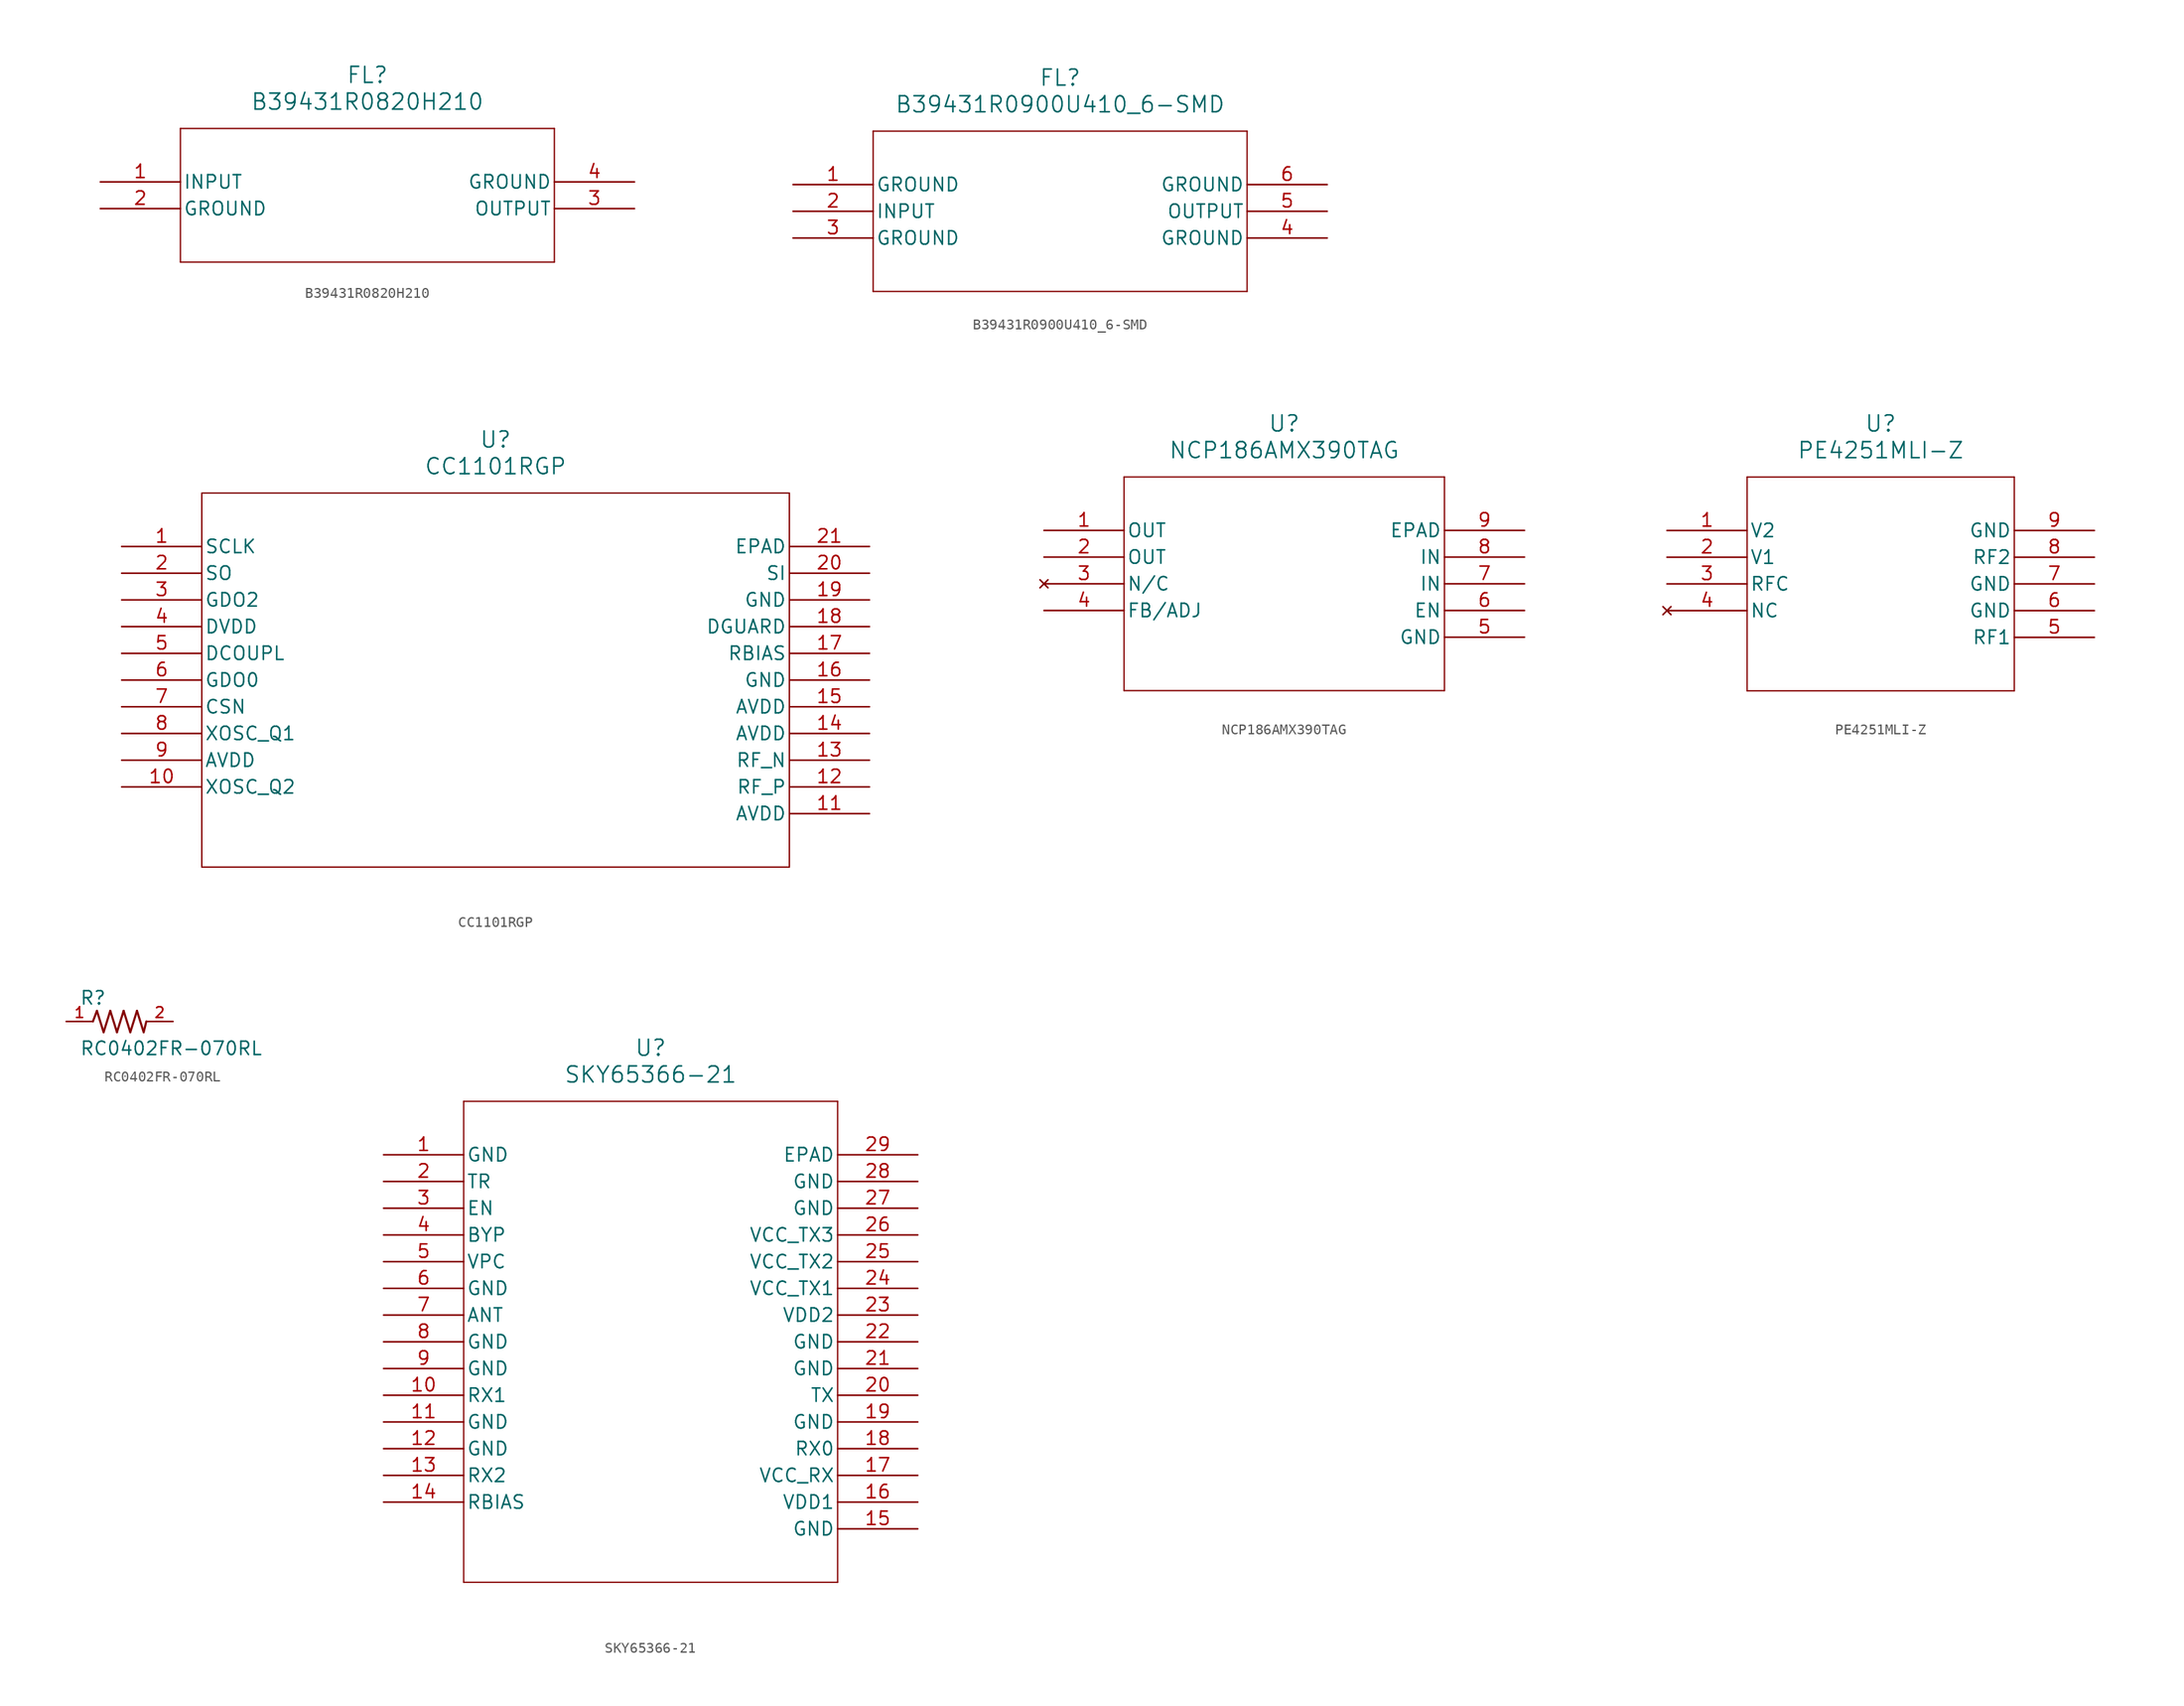
<source format=kicad_sym>
(kicad_symbol_lib
  (version 20241209)
  (generator "kicad_symbol_editor")
  (generator_version "9.0")
  (symbol "B39431R0820H210"
    (pin_names
      (offset 0.254))
    (property "Reference" "FL"
      (at 25.4 10.16 0)
      (effects (font (size 1.524 1.524))))
    (property "Value" "B39431R0820H210"
      (at 25.4 7.62 0)
      (effects (font (size 1.524 1.524))))
    (property "ki_locked" ""
      (at 0 0 0)
      (effects (font (size 1.27 1.27))))
    (symbol "B39431R0820H210_0_1"
      (polyline (pts (xy 7.62 5.08) (xy 7.62 -7.62)) (stroke (width 0.127) (type default)) (fill (type none)))
      (polyline (pts (xy 7.62 -7.62) (xy 43.18 -7.62)) (stroke (width 0.127) (type default)) (fill (type none)))
      (polyline (pts (xy 43.18 5.08) (xy 7.62 5.08)) (stroke (width 0.127) (type default)) (fill (type none)))
      (polyline (pts (xy 43.18 -7.62) (xy 43.18 5.08)) (stroke (width 0.127) (type default)) (fill (type none)))
      (pin input line (at 0 0 0) (length 7.62) (name "INPUT" (effects (font (size 1.27 1.27)))) (number "1" (effects (font (size 1.27 1.27)))))
      (pin power_out line (at 0 -2.54 0) (length 7.62) (name "GROUND" (effects (font (size 1.27 1.27)))) (number "2" (effects (font (size 1.27 1.27)))))
      (pin power_out line (at 50.8 0 180) (length 7.62) (name "GROUND" (effects (font (size 1.27 1.27)))) (number "4" (effects (font (size 1.27 1.27)))))
      (pin output line (at 50.8 -2.54 180) (length 7.62) (name "OUTPUT" (effects (font (size 1.27 1.27)))) (number "3" (effects (font (size 1.27 1.27)))))))
  (symbol "B39431R0900U410_6-SMD"
    (pin_names
      (offset 0.254))
    (property "Reference" "FL"
      (at 25.4 10.16 0)
      (effects (font (size 1.524 1.524))))
    (property "Value" "B39431R0900U410_6-SMD"
      (at 25.4 7.62 0)
      (effects (font (size 1.524 1.524))))
    (property "ki_locked" ""
      (at 0 0 0)
      (effects (font (size 1.27 1.27))))
    (symbol "B39431R0900U410_6-SMD_0_1"
      (polyline (pts (xy 7.62 5.08) (xy 7.62 -10.16)) (stroke (width 0.127) (type default)) (fill (type none)))
      (polyline (pts (xy 7.62 -10.16) (xy 43.18 -10.16)) (stroke (width 0.127) (type default)) (fill (type none)))
      (polyline (pts (xy 43.18 5.08) (xy 7.62 5.08)) (stroke (width 0.127) (type default)) (fill (type none)))
      (polyline (pts (xy 43.18 -10.16) (xy 43.18 5.08)) (stroke (width 0.127) (type default)) (fill (type none)))
      (pin power_out line (at 0 0 0) (length 7.62) (name "GROUND" (effects (font (size 1.27 1.27)))) (number "1" (effects (font (size 1.27 1.27)))))
      (pin input line (at 0 -2.54 0) (length 7.62) (name "INPUT" (effects (font (size 1.27 1.27)))) (number "2" (effects (font (size 1.27 1.27)))))
      (pin power_out line (at 0 -5.08 0) (length 7.62) (name "GROUND" (effects (font (size 1.27 1.27)))) (number "3" (effects (font (size 1.27 1.27)))))
      (pin power_out line (at 50.8 0 180) (length 7.62) (name "GROUND" (effects (font (size 1.27 1.27)))) (number "6" (effects (font (size 1.27 1.27)))))
      (pin output line (at 50.8 -2.54 180) (length 7.62) (name "OUTPUT" (effects (font (size 1.27 1.27)))) (number "5" (effects (font (size 1.27 1.27)))))
      (pin power_out line (at 50.8 -5.08 180) (length 7.62) (name "GROUND" (effects (font (size 1.27 1.27)))) (number "4" (effects (font (size 1.27 1.27)))))))
  (symbol "CC1101RGP"
    (pin_names
      (offset 0.254))
    (property "Reference" "U"
      (at 35.56 10.16 0)
      (effects (font (size 1.524 1.524))))
    (property "Value" "CC1101RGP"
      (at 35.56 7.62 0)
      (effects (font (size 1.524 1.524))))
    (property "ki_locked" ""
      (at 0 0 0)
      (effects (font (size 1.27 1.27))))
    (symbol "CC1101RGP_0_1"
      (polyline (pts (xy 7.62 5.08) (xy 7.62 -30.48)) (stroke (width 0.127) (type default)) (fill (type none)))
      (polyline (pts (xy 7.62 -30.48) (xy 63.5 -30.48)) (stroke (width 0.127) (type default)) (fill (type none)))
      (polyline (pts (xy 63.5 5.08) (xy 7.62 5.08)) (stroke (width 0.127) (type default)) (fill (type none)))
      (polyline (pts (xy 63.5 -30.48) (xy 63.5 5.08)) (stroke (width 0.127) (type default)) (fill (type none)))
      (pin unspecified line (at 0 0 0) (length 7.62) (name "SCLK" (effects (font (size 1.27 1.27)))) (number "1" (effects (font (size 1.27 1.27)))))
      (pin output line (at 0 -2.54 0) (length 7.62) (name "SO" (effects (font (size 1.27 1.27)))) (number "2" (effects (font (size 1.27 1.27)))))
      (pin output line (at 0 -5.08 0) (length 7.62) (name "GDO2" (effects (font (size 1.27 1.27)))) (number "3" (effects (font (size 1.27 1.27)))))
      (pin power_in line (at 0 -7.62 0) (length 7.62) (name "DVDD" (effects (font (size 1.27 1.27)))) (number "4" (effects (font (size 1.27 1.27)))))
      (pin power_in line (at 0 -10.16 0) (length 7.62) (name "DCOUPL" (effects (font (size 1.27 1.27)))) (number "5" (effects (font (size 1.27 1.27)))))
      (pin bidirectional line (at 0 -12.7 0) (length 7.62) (name "GDO0" (effects (font (size 1.27 1.27)))) (number "6" (effects (font (size 1.27 1.27)))))
      (pin input line (at 0 -15.24 0) (length 7.62) (name "CSN" (effects (font (size 1.27 1.27)))) (number "7" (effects (font (size 1.27 1.27)))))
      (pin bidirectional line (at 0 -17.78 0) (length 7.62) (name "XOSC_Q1" (effects (font (size 1.27 1.27)))) (number "8" (effects (font (size 1.27 1.27)))))
      (pin power_in line (at 0 -20.32 0) (length 7.62) (name "AVDD" (effects (font (size 1.27 1.27)))) (number "9" (effects (font (size 1.27 1.27)))))
      (pin bidirectional line (at 0 -22.86 0) (length 7.62) (name "XOSC_Q2" (effects (font (size 1.27 1.27)))) (number "10" (effects (font (size 1.27 1.27)))))
      (pin power_in line (at 71.12 0 180) (length 7.62) (name "EPAD" (effects (font (size 1.27 1.27)))) (number "21" (effects (font (size 1.27 1.27)))))
      (pin input line (at 71.12 -2.54 180) (length 7.62) (name "SI" (effects (font (size 1.27 1.27)))) (number "20" (effects (font (size 1.27 1.27)))))
      (pin power_in line (at 71.12 -5.08 180) (length 7.62) (name "GND" (effects (font (size 1.27 1.27)))) (number "19" (effects (font (size 1.27 1.27)))))
      (pin power_in line (at 71.12 -7.62 180) (length 7.62) (name "DGUARD" (effects (font (size 1.27 1.27)))) (number "18" (effects (font (size 1.27 1.27)))))
      (pin bidirectional line (at 71.12 -10.16 180) (length 7.62) (name "RBIAS" (effects (font (size 1.27 1.27)))) (number "17" (effects (font (size 1.27 1.27)))))
      (pin power_in line (at 71.12 -12.7 180) (length 7.62) (name "GND" (effects (font (size 1.27 1.27)))) (number "16" (effects (font (size 1.27 1.27)))))
      (pin power_in line (at 71.12 -15.24 180) (length 7.62) (name "AVDD" (effects (font (size 1.27 1.27)))) (number "15" (effects (font (size 1.27 1.27)))))
      (pin power_in line (at 71.12 -17.78 180) (length 7.62) (name "AVDD" (effects (font (size 1.27 1.27)))) (number "14" (effects (font (size 1.27 1.27)))))
      (pin bidirectional line (at 71.12 -20.32 180) (length 7.62) (name "RF_N" (effects (font (size 1.27 1.27)))) (number "13" (effects (font (size 1.27 1.27)))))
      (pin bidirectional line (at 71.12 -22.86 180) (length 7.62) (name "RF_P" (effects (font (size 1.27 1.27)))) (number "12" (effects (font (size 1.27 1.27)))))
      (pin power_in line (at 71.12 -25.4 180) (length 7.62) (name "AVDD" (effects (font (size 1.27 1.27)))) (number "11" (effects (font (size 1.27 1.27)))))))
  (symbol "NCP186AMX390TAG"
    (pin_names
      (offset 0.254))
    (property "Reference" "U"
      (at 22.86 10.16 0)
      (effects (font (size 1.524 1.524))))
    (property "Value" "NCP186AMX390TAG"
      (at 22.86 7.62 0)
      (effects (font (size 1.524 1.524))))
    (property "ki_locked" ""
      (at 0 0 0)
      (effects (font (size 1.27 1.27))))
    (symbol "NCP186AMX390TAG_0_1"
      (polyline (pts (xy 7.62 5.08) (xy 7.62 -15.24)) (stroke (width 0.127) (type default)) (fill (type none)))
      (polyline (pts (xy 7.62 -15.24) (xy 38.1 -15.24)) (stroke (width 0.127) (type default)) (fill (type none)))
      (polyline (pts (xy 38.1 5.08) (xy 7.62 5.08)) (stroke (width 0.127) (type default)) (fill (type none)))
      (polyline (pts (xy 38.1 -15.24) (xy 38.1 5.08)) (stroke (width 0.127) (type default)) (fill (type none)))
      (pin output line (at 0 0 0) (length 7.62) (name "OUT" (effects (font (size 1.27 1.27)))) (number "1" (effects (font (size 1.27 1.27)))))
      (pin output line (at 0 -2.54 0) (length 7.62) (name "OUT" (effects (font (size 1.27 1.27)))) (number "2" (effects (font (size 1.27 1.27)))))
      (pin no_connect line (at 0 -5.08 0) (length 7.62) (name "N/C" (effects (font (size 1.27 1.27)))) (number "3" (effects (font (size 1.27 1.27)))))
      (pin unspecified line (at 0 -7.62 0) (length 7.62) (name "FB/ADJ" (effects (font (size 1.27 1.27)))) (number "4" (effects (font (size 1.27 1.27)))))
      (pin unspecified line (at 45.72 0 180) (length 7.62) (name "EPAD" (effects (font (size 1.27 1.27)))) (number "9" (effects (font (size 1.27 1.27)))))
      (pin unspecified line (at 45.72 -2.54 180) (length 7.62) (name "IN" (effects (font (size 1.27 1.27)))) (number "8" (effects (font (size 1.27 1.27)))))
      (pin unspecified line (at 45.72 -5.08 180) (length 7.62) (name "IN" (effects (font (size 1.27 1.27)))) (number "7" (effects (font (size 1.27 1.27)))))
      (pin unspecified line (at 45.72 -7.62 180) (length 7.62) (name "EN" (effects (font (size 1.27 1.27)))) (number "6" (effects (font (size 1.27 1.27)))))
      (pin power_out line (at 45.72 -10.16 180) (length 7.62) (name "GND" (effects (font (size 1.27 1.27)))) (number "5" (effects (font (size 1.27 1.27)))))))
  (symbol "PE4251MLI-Z"
    (pin_names
      (offset 0.254))
    (property "Reference" "U"
      (at 20.32 10.16 0)
      (effects (font (size 1.524 1.524))))
    (property "Value" "PE4251MLI-Z"
      (at 20.32 7.62 0)
      (effects (font (size 1.524 1.524))))
    (property "ki_locked" ""
      (at 0 0 0)
      (effects (font (size 1.27 1.27))))
    (symbol "PE4251MLI-Z_0_1"
      (polyline (pts (xy 7.62 5.08) (xy 7.62 -15.24)) (stroke (width 0.127) (type default)) (fill (type none)))
      (polyline (pts (xy 7.62 -15.24) (xy 33.02 -15.24)) (stroke (width 0.127) (type default)) (fill (type none)))
      (polyline (pts (xy 33.02 5.08) (xy 7.62 5.08)) (stroke (width 0.127) (type default)) (fill (type none)))
      (polyline (pts (xy 33.02 -15.24) (xy 33.02 5.08)) (stroke (width 0.127) (type default)) (fill (type none)))
      (pin input line (at 0 0 0) (length 7.62) (name "V2" (effects (font (size 1.27 1.27)))) (number "1" (effects (font (size 1.27 1.27)))))
      (pin input line (at 0 -2.54 0) (length 7.62) (name "V1" (effects (font (size 1.27 1.27)))) (number "2" (effects (font (size 1.27 1.27)))))
      (pin unspecified line (at 0 -5.08 0) (length 7.62) (name "RFC" (effects (font (size 1.27 1.27)))) (number "3" (effects (font (size 1.27 1.27)))))
      (pin no_connect line (at 0 -7.62 0) (length 7.62) (name "NC" (effects (font (size 1.27 1.27)))) (number "4" (effects (font (size 1.27 1.27)))))
      (pin power_out line (at 40.64 0 180) (length 7.62) (name "GND" (effects (font (size 1.27 1.27)))) (number "9" (effects (font (size 1.27 1.27)))))
      (pin bidirectional line (at 40.64 -2.54 180) (length 7.62) (name "RF2" (effects (font (size 1.27 1.27)))) (number "8" (effects (font (size 1.27 1.27)))))
      (pin power_out line (at 40.64 -5.08 180) (length 7.62) (name "GND" (effects (font (size 1.27 1.27)))) (number "7" (effects (font (size 1.27 1.27)))))
      (pin power_out line (at 40.64 -7.62 180) (length 7.62) (name "GND" (effects (font (size 1.27 1.27)))) (number "6" (effects (font (size 1.27 1.27)))))
      (pin bidirectional line (at 40.64 -10.16 180) (length 7.62) (name "RF1" (effects (font (size 1.27 1.27)))) (number "5" (effects (font (size 1.27 1.27)))))))
  (symbol "RC0402FR-070RL"
    (pin_names
      (offset 1.016))
    (property "Reference" "R"
      (at -3.812 1.499 0)
      (effects (font (size 1.27 1.27)) (justify left bottom)))
    (property "Value" "RC0402FR-070RL"
      (at -3.81 -3.302 0)
      (effects (font (size 1.27 1.27)) (justify left bottom)))
    (symbol "RC0402FR-070RL_0_0"
      (polyline (pts (xy -2.54 0) (xy -2.159 1.016)) (stroke (width 0.203) (type default)) (fill (type none)))
      (polyline (pts (xy -2.159 1.016) (xy -1.524 -1.016)) (stroke (width 0.203) (type default)) (fill (type none)))
      (polyline (pts (xy -1.524 -1.016) (xy -0.889 1.016)) (stroke (width 0.203) (type default)) (fill (type none)))
      (polyline (pts (xy -0.889 1.016) (xy -0.254 -1.016)) (stroke (width 0.203) (type default)) (fill (type none)))
      (polyline (pts (xy -0.254 -1.016) (xy 0.381 1.016)) (stroke (width 0.203) (type default)) (fill (type none)))
      (polyline (pts (xy 0.381 1.016) (xy 1.016 -1.016)) (stroke (width 0.203) (type default)) (fill (type none)))
      (polyline (pts (xy 1.016 -1.016) (xy 1.651 1.016)) (stroke (width 0.203) (type default)) (fill (type none)))
      (polyline (pts (xy 1.651 1.016) (xy 2.286 -1.016)) (stroke (width 0.203) (type default)) (fill (type none)))
      (polyline (pts (xy 2.286 -1.016) (xy 2.54 0)) (stroke (width 0.203) (type default)) (fill (type none)))
      (pin passive line (at -5.08 0 0) (length 2.54) (name "~" (effects (font (size 1.016 1.016)))) (number "1" (effects (font (size 1.016 1.016)))))
      (pin passive line (at 5.08 0 180) (length 2.54) (name "~" (effects (font (size 1.016 1.016)))) (number "2" (effects (font (size 1.016 1.016)))))))
  (symbol "SKY65366-21"
    (pin_names
      (offset 0.254))
    (property "Reference" "U"
      (at 25.4 10.16 0)
      (effects (font (size 1.524 1.524))))
    (property "Value" "SKY65366-21"
      (at 25.4 7.62 0)
      (effects (font (size 1.524 1.524))))
    (property "ki_locked" ""
      (at 0 0 0)
      (effects (font (size 1.27 1.27))))
    (symbol "SKY65366-21_0_1"
      (polyline (pts (xy 7.62 5.08) (xy 7.62 -40.64)) (stroke (width 0.127) (type default)) (fill (type none)))
      (polyline (pts (xy 7.62 -40.64) (xy 43.18 -40.64)) (stroke (width 0.127) (type default)) (fill (type none)))
      (polyline (pts (xy 43.18 5.08) (xy 7.62 5.08)) (stroke (width 0.127) (type default)) (fill (type none)))
      (polyline (pts (xy 43.18 -40.64) (xy 43.18 5.08)) (stroke (width 0.127) (type default)) (fill (type none)))
      (pin power_out line (at 0 0 0) (length 7.62) (name "GND" (effects (font (size 1.27 1.27)))) (number "1" (effects (font (size 1.27 1.27)))))
      (pin input line (at 0 -2.54 0) (length 7.62) (name "TR" (effects (font (size 1.27 1.27)))) (number "2" (effects (font (size 1.27 1.27)))))
      (pin input line (at 0 -5.08 0) (length 7.62) (name "EN" (effects (font (size 1.27 1.27)))) (number "3" (effects (font (size 1.27 1.27)))))
      (pin input line (at 0 -7.62 0) (length 7.62) (name "BYP" (effects (font (size 1.27 1.27)))) (number "4" (effects (font (size 1.27 1.27)))))
      (pin output line (at 0 -10.16 0) (length 7.62) (name "VPC" (effects (font (size 1.27 1.27)))) (number "5" (effects (font (size 1.27 1.27)))))
      (pin power_out line (at 0 -12.7 0) (length 7.62) (name "GND" (effects (font (size 1.27 1.27)))) (number "6" (effects (font (size 1.27 1.27)))))
      (pin bidirectional line (at 0 -15.24 0) (length 7.62) (name "ANT" (effects (font (size 1.27 1.27)))) (number "7" (effects (font (size 1.27 1.27)))))
      (pin power_out line (at 0 -17.78 0) (length 7.62) (name "GND" (effects (font (size 1.27 1.27)))) (number "8" (effects (font (size 1.27 1.27)))))
      (pin power_out line (at 0 -20.32 0) (length 7.62) (name "GND" (effects (font (size 1.27 1.27)))) (number "9" (effects (font (size 1.27 1.27)))))
      (pin bidirectional line (at 0 -22.86 0) (length 7.62) (name "RX1" (effects (font (size 1.27 1.27)))) (number "10" (effects (font (size 1.27 1.27)))))
      (pin power_out line (at 0 -25.4 0) (length 7.62) (name "GND" (effects (font (size 1.27 1.27)))) (number "11" (effects (font (size 1.27 1.27)))))
      (pin power_out line (at 0 -27.94 0) (length 7.62) (name "GND" (effects (font (size 1.27 1.27)))) (number "12" (effects (font (size 1.27 1.27)))))
      (pin bidirectional line (at 0 -30.48 0) (length 7.62) (name "RX2" (effects (font (size 1.27 1.27)))) (number "13" (effects (font (size 1.27 1.27)))))
      (pin unspecified line (at 0 -33.02 0) (length 7.62) (name "RBIAS" (effects (font (size 1.27 1.27)))) (number "14" (effects (font (size 1.27 1.27)))))
      (pin unspecified line (at 50.8 0 180) (length 7.62) (name "EPAD" (effects (font (size 1.27 1.27)))) (number "29" (effects (font (size 1.27 1.27)))))
      (pin power_out line (at 50.8 -2.54 180) (length 7.62) (name "GND" (effects (font (size 1.27 1.27)))) (number "28" (effects (font (size 1.27 1.27)))))
      (pin power_out line (at 50.8 -5.08 180) (length 7.62) (name "GND" (effects (font (size 1.27 1.27)))) (number "27" (effects (font (size 1.27 1.27)))))
      (pin power_in line (at 50.8 -7.62 180) (length 7.62) (name "VCC_TX3" (effects (font (size 1.27 1.27)))) (number "26" (effects (font (size 1.27 1.27)))))
      (pin power_in line (at 50.8 -10.16 180) (length 7.62) (name "VCC_TX2" (effects (font (size 1.27 1.27)))) (number "25" (effects (font (size 1.27 1.27)))))
      (pin power_in line (at 50.8 -12.7 180) (length 7.62) (name "VCC_TX1" (effects (font (size 1.27 1.27)))) (number "24" (effects (font (size 1.27 1.27)))))
      (pin power_in line (at 50.8 -15.24 180) (length 7.62) (name "VDD2" (effects (font (size 1.27 1.27)))) (number "23" (effects (font (size 1.27 1.27)))))
      (pin power_out line (at 50.8 -17.78 180) (length 7.62) (name "GND" (effects (font (size 1.27 1.27)))) (number "22" (effects (font (size 1.27 1.27)))))
      (pin power_out line (at 50.8 -20.32 180) (length 7.62) (name "GND" (effects (font (size 1.27 1.27)))) (number "21" (effects (font (size 1.27 1.27)))))
      (pin input line (at 50.8 -22.86 180) (length 7.62) (name "TX" (effects (font (size 1.27 1.27)))) (number "20" (effects (font (size 1.27 1.27)))))
      (pin power_out line (at 50.8 -25.4 180) (length 7.62) (name "GND" (effects (font (size 1.27 1.27)))) (number "19" (effects (font (size 1.27 1.27)))))
      (pin bidirectional line (at 50.8 -27.94 180) (length 7.62) (name "RX0" (effects (font (size 1.27 1.27)))) (number "18" (effects (font (size 1.27 1.27)))))
      (pin power_in line (at 50.8 -30.48 180) (length 7.62) (name "VCC_RX" (effects (font (size 1.27 1.27)))) (number "17" (effects (font (size 1.27 1.27)))))
      (pin power_in line (at 50.8 -33.02 180) (length 7.62) (name "VDD1" (effects (font (size 1.27 1.27)))) (number "16" (effects (font (size 1.27 1.27)))))
      (pin power_out line (at 50.8 -35.56 180) (length 7.62) (name "GND" (effects (font (size 1.27 1.27)))) (number "15" (effects (font (size 1.27 1.27))))))))
</source>
